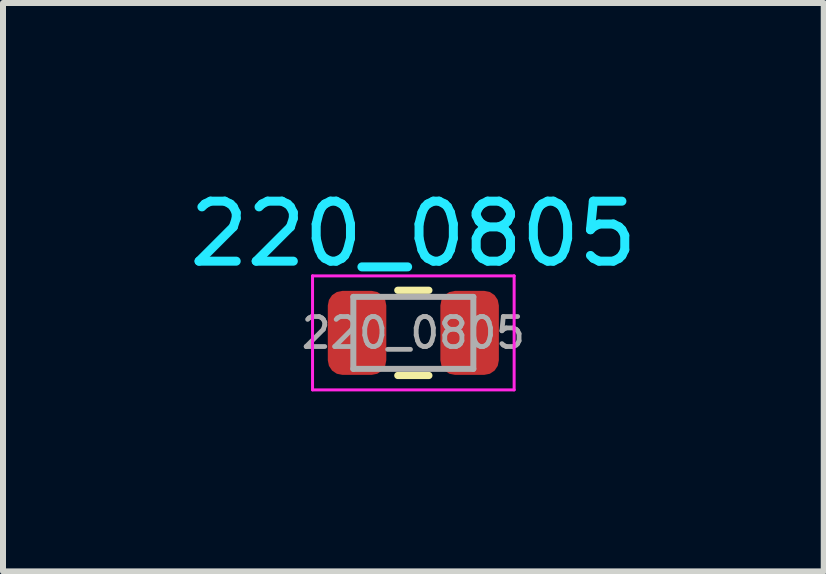
<source format=kicad_pcb>
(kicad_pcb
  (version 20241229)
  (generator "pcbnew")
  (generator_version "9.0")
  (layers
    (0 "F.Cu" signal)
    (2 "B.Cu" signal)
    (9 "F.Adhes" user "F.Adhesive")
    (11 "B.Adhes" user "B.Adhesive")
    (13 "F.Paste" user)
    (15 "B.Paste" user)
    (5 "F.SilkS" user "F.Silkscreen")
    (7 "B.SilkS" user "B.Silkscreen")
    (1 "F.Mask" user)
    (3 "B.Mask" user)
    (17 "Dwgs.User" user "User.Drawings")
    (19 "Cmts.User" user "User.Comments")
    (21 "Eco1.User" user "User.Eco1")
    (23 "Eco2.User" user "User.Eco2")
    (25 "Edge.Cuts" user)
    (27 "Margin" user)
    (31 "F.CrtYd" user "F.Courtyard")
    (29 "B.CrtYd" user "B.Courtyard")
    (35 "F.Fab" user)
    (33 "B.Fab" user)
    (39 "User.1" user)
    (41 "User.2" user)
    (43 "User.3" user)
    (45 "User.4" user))
  (footprint "220_0805"
    (layer "F.Cu")
    (at 3.839 2.498)
    (property "Reference" "220_0805" (at 0 -1.65 0) (layer "B.CrtYd") (effects (font (size 1 1) (thickness 0.15))))
    (attr smd)
    (fp_line (start -0.259 -0.71) (end 0.259 -0.71) (stroke (width 0.12) (type solid)) (layer "F.SilkS"))
    (fp_line (start -0.259 0.71) (end 0.259 0.71) (stroke (width 0.12) (type solid)) (layer "F.SilkS"))
    (fp_line (start -1.68 -0.95) (end 1.68 -0.95) (stroke (width 0.05) (type solid)) (layer "F.CrtYd"))
    (fp_line (start -1.68 0.95) (end -1.68 -0.95) (stroke (width 0.05) (type solid)) (layer "F.CrtYd"))
    (fp_line (start 1.68 -0.95) (end 1.68 0.95) (stroke (width 0.05) (type solid)) (layer "F.CrtYd"))
    (fp_line (start 1.68 0.95) (end -1.68 0.95) (stroke (width 0.05) (type solid)) (layer "F.CrtYd"))
    (fp_line (start -1 -0.6) (end 1 -0.6) (stroke (width 0.1) (type solid)) (layer "F.Fab"))
    (fp_line (start -1 0.6) (end -1 -0.6) (stroke (width 0.1) (type solid)) (layer "F.Fab"))
    (fp_line (start 1 -0.6) (end 1 0.6) (stroke (width 0.1) (type solid)) (layer "F.Fab"))
    (fp_line (start 1 0.6) (end -1 0.6) (stroke (width 0.1) (type solid)) (layer "F.Fab"))
    (fp_text user "${REFERENCE}" (at 0 0 0) (layer "F.Fab") (effects (font (size 0.5 0.5) (thickness 0.08))))
    (pad "1" smd roundrect (at -0.938 0) (size 0.975 1.4) (layers "F.Cu" "F.Mask" "F.Paste") (roundrect_rratio 0.25))
    (pad "2" smd roundrect (at 0.938 0) (size 0.975 1.4) (layers "F.Cu" "F.Mask" "F.Paste") (roundrect_rratio 0.25)))
  (gr_rect
    (start -3 -3)
    (end 10.679 6.473)
    (stroke (width 0.1) (type default))
    (fill no)
    (layer "Edge.Cuts")))
</source>
